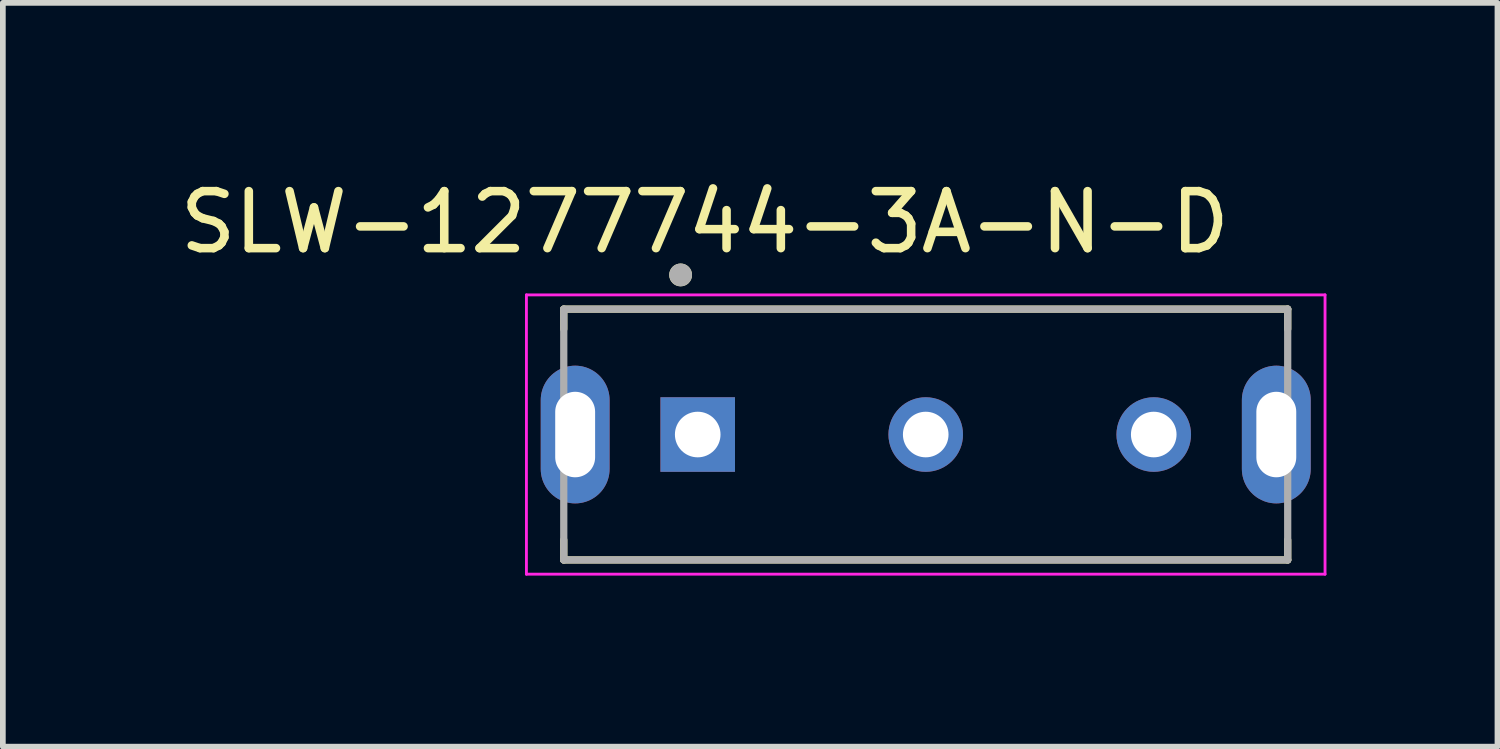
<source format=kicad_pcb>
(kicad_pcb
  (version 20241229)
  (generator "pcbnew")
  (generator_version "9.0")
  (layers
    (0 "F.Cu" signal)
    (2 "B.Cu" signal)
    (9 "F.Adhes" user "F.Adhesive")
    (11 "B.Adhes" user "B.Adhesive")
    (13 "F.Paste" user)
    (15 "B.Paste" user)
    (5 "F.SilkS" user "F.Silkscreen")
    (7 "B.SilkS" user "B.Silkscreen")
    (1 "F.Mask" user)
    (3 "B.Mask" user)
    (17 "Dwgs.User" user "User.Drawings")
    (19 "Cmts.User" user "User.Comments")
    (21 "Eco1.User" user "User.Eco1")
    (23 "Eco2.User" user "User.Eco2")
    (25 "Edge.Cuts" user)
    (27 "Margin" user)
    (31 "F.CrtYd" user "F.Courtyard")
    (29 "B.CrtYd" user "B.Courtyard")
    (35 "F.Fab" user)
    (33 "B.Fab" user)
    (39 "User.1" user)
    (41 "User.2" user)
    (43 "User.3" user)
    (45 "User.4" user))
  (footprint "SLW-1277744-3A-N-D"
    (layer "F.Cu")
    (at 13.19 4.573)
    (property "Reference" "SLW-1277744-3A-N-D" (at -3.875 -3.725 0) (layer "F.SilkS") (effects (font (size 1 1) (thickness 0.15))))
    (attr through_hole)
    (fp_line (start -6.35 -2.2) (end 6.35 -2.2) (stroke (width 0.127) (type solid)) (layer "F.SilkS"))
    (fp_line (start -6.35 -1.85) (end -6.35 -2.2) (stroke (width 0.127) (type solid)) (layer "F.SilkS"))
    (fp_line (start -6.35 1.85) (end -6.35 2.2) (stroke (width 0.127) (type solid)) (layer "F.SilkS"))
    (fp_line (start -6.35 2.2) (end 6.35 2.2) (stroke (width 0.127) (type solid)) (layer "F.SilkS"))
    (fp_line (start 6.35 -2.2) (end 6.35 -1.85) (stroke (width 0.127) (type solid)) (layer "F.SilkS"))
    (fp_line (start 6.35 2.2) (end 6.35 1.85) (stroke (width 0.127) (type solid)) (layer "F.SilkS"))
    (fp_circle (center -4.3 -2.8) (end -4.2 -2.8) (stroke (width 0.2) (type solid)) (fill no) (layer "F.SilkS"))
    (fp_line (start -7.005 -2.45) (end -7.005 2.45) (stroke (width 0.05) (type solid)) (layer "F.CrtYd"))
    (fp_line (start -7.005 2.45) (end 7.005 2.45) (stroke (width 0.05) (type solid)) (layer "F.CrtYd"))
    (fp_line (start 7.005 -2.45) (end -7.005 -2.45) (stroke (width 0.05) (type solid)) (layer "F.CrtYd"))
    (fp_line (start 7.005 2.45) (end 7.005 -2.45) (stroke (width 0.05) (type solid)) (layer "F.CrtYd"))
    (fp_line (start -6.35 -2.2) (end -6.35 2.2) (stroke (width 0.127) (type solid)) (layer "F.Fab"))
    (fp_line (start -6.35 2.2) (end 6.35 2.2) (stroke (width 0.127) (type solid)) (layer "F.Fab"))
    (fp_line (start 6.35 -2.2) (end -6.35 -2.2) (stroke (width 0.127) (type solid)) (layer "F.Fab"))
    (fp_line (start 6.35 2.2) (end 6.35 -2.2) (stroke (width 0.127) (type solid)) (layer "F.Fab"))
    (fp_circle (center -4.3 -2.8) (end -4.2 -2.8) (stroke (width 0.2) (type solid)) (fill no) (layer "F.Fab"))
    (pad "1" thru_hole rect (at -4 0) (size 1.308 1.308) (drill 0.8) (layers "*.Cu" "*.Mask"))
    (pad "2" thru_hole circle (at 0 0) (size 1.308 1.308) (drill 0.8) (layers "*.Cu" "*.Mask"))
    (pad "3" thru_hole circle (at 4 0) (size 1.308 1.308) (drill 0.8) (layers "*.Cu" "*.Mask"))
    (pad "4" thru_hole oval (at -6.15 0) (size 1.208 2.416) (drill oval 0.7 1.5) (layers "*.Cu" "*.Mask"))
    (pad "4" thru_hole oval (at 6.15 0) (size 1.208 2.416) (drill oval 0.7 1.5) (layers "*.Cu" "*.Mask")))
  (gr_rect
    (start -3 -3)
    (end 23.22 10.048)
    (stroke (width 0.1) (type default))
    (fill no)
    (layer "Edge.Cuts")))
</source>
